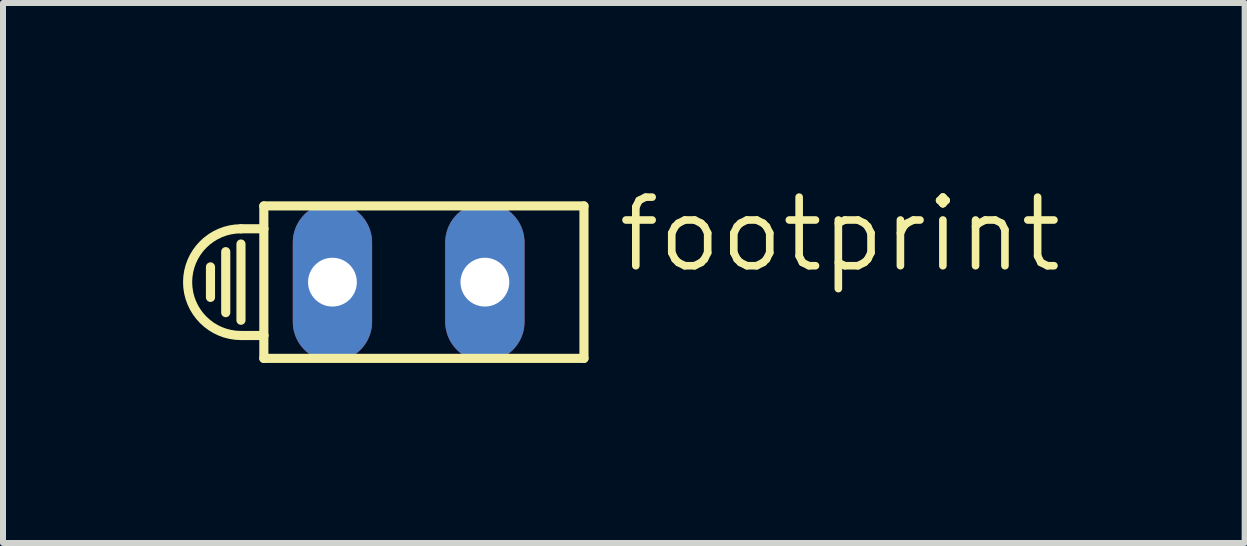
<source format=kicad_pcb>
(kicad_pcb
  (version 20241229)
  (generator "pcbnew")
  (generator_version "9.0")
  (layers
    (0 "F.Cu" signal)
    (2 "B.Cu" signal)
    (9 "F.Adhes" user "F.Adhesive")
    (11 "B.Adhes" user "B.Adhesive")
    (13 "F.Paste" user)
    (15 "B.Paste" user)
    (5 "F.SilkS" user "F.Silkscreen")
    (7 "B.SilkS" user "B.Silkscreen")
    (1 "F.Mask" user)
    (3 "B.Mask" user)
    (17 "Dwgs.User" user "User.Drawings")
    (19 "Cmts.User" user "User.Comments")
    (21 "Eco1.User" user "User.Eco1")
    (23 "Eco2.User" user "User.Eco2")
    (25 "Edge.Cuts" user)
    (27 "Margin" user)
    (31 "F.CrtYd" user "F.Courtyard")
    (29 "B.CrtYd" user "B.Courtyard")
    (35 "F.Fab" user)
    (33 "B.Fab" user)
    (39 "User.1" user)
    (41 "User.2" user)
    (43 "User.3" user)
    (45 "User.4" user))
  (footprint "footprint"
    (layer "F.Cu")
    (at 3.759 1.651)
    (property "Reference" "footprint" (at 3.429 -0.127 0) (layer "F.SilkS") (effects (font (size 1.143 1.143) (thickness 0.127)) (justify left bottom)))
    (fp_line (start -3.302 -0.254) (end -3.302 0.254) (stroke (width 0.152) (type solid)) (layer "F.SilkS"))
    (fp_line (start -3.048 -0.508) (end -3.048 0.508) (stroke (width 0.152) (type solid)) (layer "F.SilkS"))
    (fp_line (start -2.794 -0.889) (end -2.413 -0.889) (stroke (width 0.152) (type solid)) (layer "F.SilkS"))
    (fp_line (start -2.794 -0.635) (end -2.794 0.635) (stroke (width 0.152) (type solid)) (layer "F.SilkS"))
    (fp_line (start -2.794 0.889) (end -2.413 0.889) (stroke (width 0.152) (type solid)) (layer "F.SilkS"))
    (fp_line (start -2.413 -0.889) (end -2.413 -1.27) (stroke (width 0.152) (type solid)) (layer "F.SilkS"))
    (fp_line (start -2.413 0.889) (end -2.413 -0.889) (stroke (width 0.152) (type solid)) (layer "F.SilkS"))
    (fp_line (start -2.413 1.27) (end -2.413 0.889) (stroke (width 0.152) (type solid)) (layer "F.SilkS"))
    (fp_line (start -2.413 1.27) (end 2.921 1.27) (stroke (width 0.152) (type solid)) (layer "F.SilkS"))
    (fp_line (start 2.921 -1.27) (end -2.413 -1.27) (stroke (width 0.152) (type solid)) (layer "F.SilkS"))
    (fp_line (start 2.921 -1.27) (end 2.921 1.27) (stroke (width 0.152) (type solid)) (layer "F.SilkS"))
    (fp_arc (start -2.794 0.889) (mid -3.683 0) (end -2.794 -0.889) (stroke (width 0.1524) (type solid)) (layer "F.SilkS"))
    (pad "A" thru_hole oval (at -1.27 0 90) (size 2.642 1.321) (drill 0.813) (layers "*.Cu" "*.Mask"))
    (pad "K" thru_hole oval (at 1.27 0 90) (size 2.642 1.321) (drill 0.813) (layers "*.Cu" "*.Mask")))
  (gr_rect
    (start -3 -3)
    (end 17.688 5.997)
    (stroke (width 0.1) (type default))
    (fill no)
    (layer "Edge.Cuts")))
</source>
